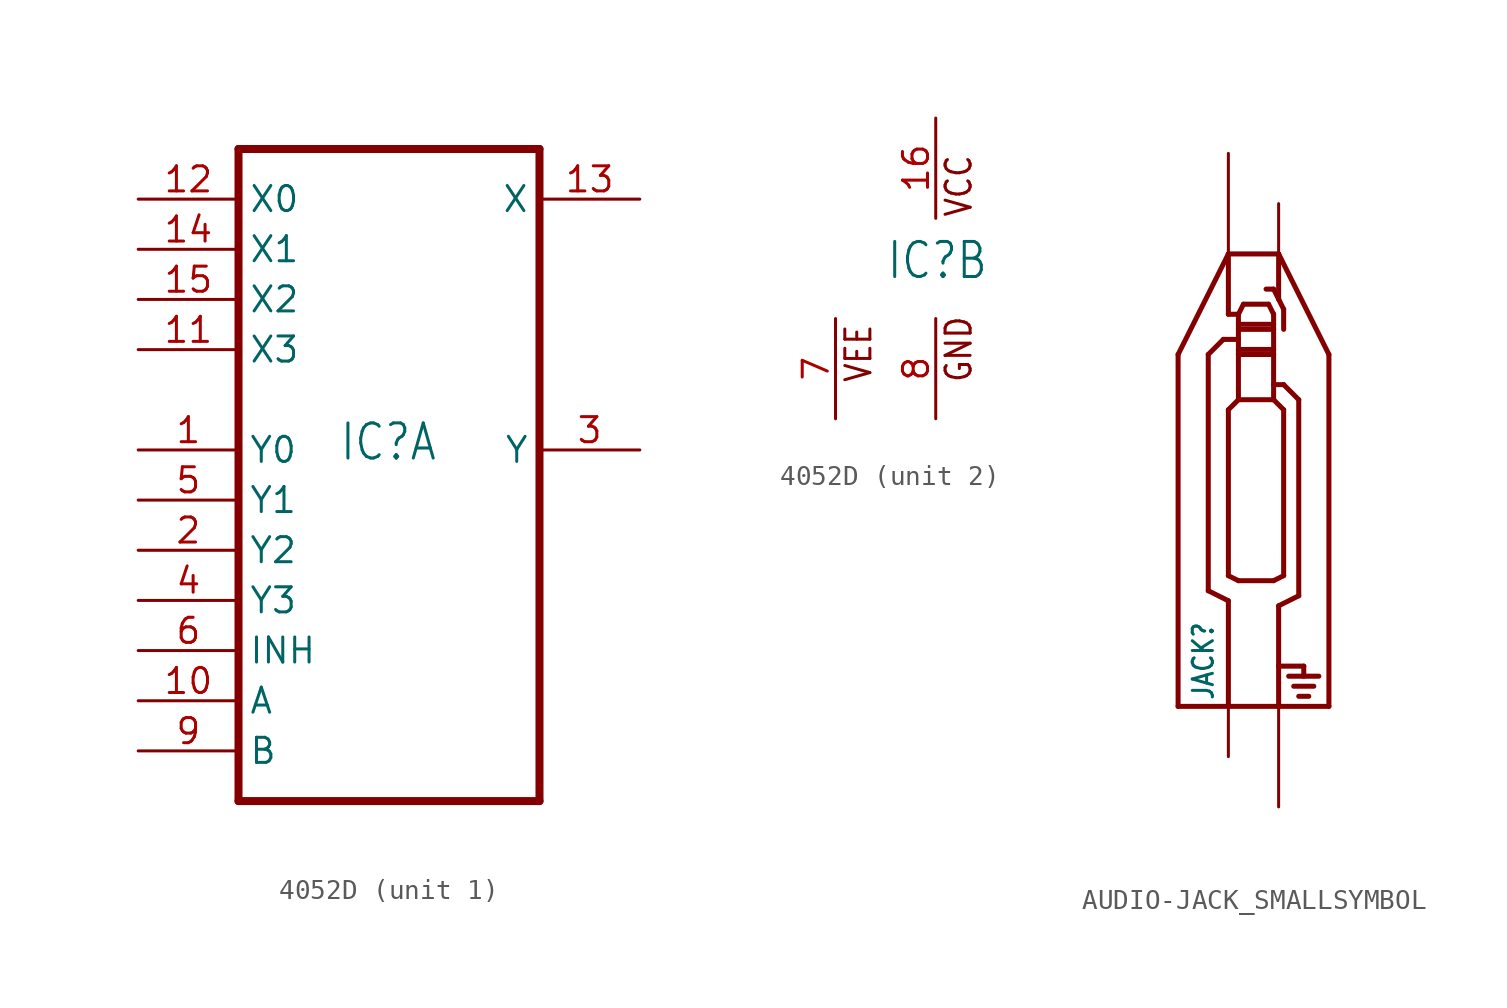
<source format=kicad_sym>
(kicad_symbol_lib
  (version 20211014)
  (generator kicad_symbol_editor)
  (symbol "4052D"
    (property "Reference" "IC"
      (at -2.54 -0.635 0)
      (effects (font (size 1.778 1.511)) (justify left bottom)))
    (property "ki_locked" ""
      (at 0 0 0)
      (effects (font (size 1.27 1.27))))
    (symbol "4052D_1_0"
      (polyline (pts (xy -7.62 -17.78) (xy 7.62 -17.78)) (stroke (width 0.406) (type default) (color 0 0 0 0)) (fill (type none)))
      (polyline (pts (xy -7.62 15.24) (xy -7.62 -17.78)) (stroke (width 0.406) (type default) (color 0 0 0 0)) (fill (type none)))
      (polyline (pts (xy 7.62 -17.78) (xy 7.62 15.24)) (stroke (width 0.406) (type default) (color 0 0 0 0)) (fill (type none)))
      (polyline (pts (xy 7.62 15.24) (xy -7.62 15.24)) (stroke (width 0.406) (type default) (color 0 0 0 0)) (fill (type none)))
      (pin bidirectional line (at -12.7 0 0) (length 5.08) (name "Y0" (effects (font (size 1.27 1.27)))) (number "1" (effects (font (size 1.27 1.27)))))
      (pin input line (at -12.7 -12.7 0) (length 5.08) (name "A" (effects (font (size 1.27 1.27)))) (number "10" (effects (font (size 1.27 1.27)))))
      (pin bidirectional line (at -12.7 5.08 0) (length 5.08) (name "X3" (effects (font (size 1.27 1.27)))) (number "11" (effects (font (size 1.27 1.27)))))
      (pin bidirectional line (at -12.7 12.7 0) (length 5.08) (name "X0" (effects (font (size 1.27 1.27)))) (number "12" (effects (font (size 1.27 1.27)))))
      (pin bidirectional line (at 12.7 12.7 180) (length 5.08) (name "X" (effects (font (size 1.27 1.27)))) (number "13" (effects (font (size 1.27 1.27)))))
      (pin bidirectional line (at -12.7 10.16 0) (length 5.08) (name "X1" (effects (font (size 1.27 1.27)))) (number "14" (effects (font (size 1.27 1.27)))))
      (pin bidirectional line (at -12.7 7.62 0) (length 5.08) (name "X2" (effects (font (size 1.27 1.27)))) (number "15" (effects (font (size 1.27 1.27)))))
      (pin bidirectional line (at -12.7 -5.08 0) (length 5.08) (name "Y2" (effects (font (size 1.27 1.27)))) (number "2" (effects (font (size 1.27 1.27)))))
      (pin bidirectional line (at 12.7 0 180) (length 5.08) (name "Y" (effects (font (size 1.27 1.27)))) (number "3" (effects (font (size 1.27 1.27)))))
      (pin bidirectional line (at -12.7 -7.62 0) (length 5.08) (name "Y3" (effects (font (size 1.27 1.27)))) (number "4" (effects (font (size 1.27 1.27)))))
      (pin bidirectional line (at -12.7 -2.54 0) (length 5.08) (name "Y1" (effects (font (size 1.27 1.27)))) (number "5" (effects (font (size 1.27 1.27)))))
      (pin input line (at -12.7 -10.16 0) (length 5.08) (name "INH" (effects (font (size 1.27 1.27)))) (number "6" (effects (font (size 1.27 1.27)))))
      (pin input line (at -12.7 -15.24 0) (length 5.08) (name "B" (effects (font (size 1.27 1.27)))) (number "9" (effects (font (size 1.27 1.27))))))
    (symbol "4052D_2_0"
      (text "GND" (at 1.905 -5.842 900) (effects (font (size 1.27 1.079)) (justify left bottom)))
      (text "VCC" (at 1.905 2.54 900) (effects (font (size 1.27 1.079)) (justify left bottom)))
      (text "VEE" (at -3.175 -5.842 900) (effects (font (size 1.27 1.079)) (justify left bottom)))
      (pin power_in line (at 0 7.62 270) (length 5.08) (name "VCC" (effects (font (size 0 0)))) (number "16" (effects (font (size 1.27 1.27)))))
      (pin power_in line (at -5.08 -7.62 90) (length 5.08) (name "VEE" (effects (font (size 0 0)))) (number "7" (effects (font (size 1.27 1.27)))))
      (pin power_in line (at 0 -7.62 90) (length 5.08) (name "GND" (effects (font (size 0 0)))) (number "8" (effects (font (size 1.27 1.27)))))))
  (symbol "AUDIO-JACK_SMALLSYMBOL"
    (property "Reference" "JACK"
      (at -1.27 -9.906 90)
      (effects (font (size 1.016 0.864)) (justify left)))
    (property "ki_locked" ""
      (at 0 0 0)
      (effects (font (size 1.27 1.27))))
    (symbol "AUDIO-JACK_SMALLSYMBOL_1_0"
      (polyline (pts (xy -2.54 -10.16) (xy 0 -10.16)) (stroke (width 0.254) (type default) (color 0 0 0 0)) (fill (type none)))
      (polyline (pts (xy -2.54 7.62) (xy -2.54 -10.16)) (stroke (width 0.254) (type default) (color 0 0 0 0)) (fill (type none)))
      (polyline (pts (xy -1.016 -4.318) (xy -1.016 7.62)) (stroke (width 0.254) (type default) (color 0 0 0 0)) (fill (type none)))
      (polyline (pts (xy -1.016 7.62) (xy -0.254 8.382)) (stroke (width 0.254) (type default) (color 0 0 0 0)) (fill (type none)))
      (polyline (pts (xy -0.254 8.382) (xy 0.508 8.382)) (stroke (width 0.254) (type default) (color 0 0 0 0)) (fill (type none)))
      (polyline (pts (xy 0 -10.16) (xy 0 -4.826)) (stroke (width 0.254) (type default) (color 0 0 0 0)) (fill (type none)))
      (polyline (pts (xy 0 -10.16) (xy 2.54 -10.16)) (stroke (width 0.254) (type default) (color 0 0 0 0)) (fill (type none)))
      (polyline (pts (xy 0 -4.826) (xy -1.016 -4.318)) (stroke (width 0.254) (type default) (color 0 0 0 0)) (fill (type none)))
      (polyline (pts (xy 0 -3.556) (xy 0 4.826)) (stroke (width 0.254) (type default) (color 0 0 0 0)) (fill (type none)))
      (polyline (pts (xy 0 4.826) (xy 0.508 5.334)) (stroke (width 0.254) (type default) (color 0 0 0 0)) (fill (type none)))
      (polyline (pts (xy 0 9.652) (xy 0.508 9.652)) (stroke (width 0.254) (type default) (color 0 0 0 0)) (fill (type none)))
      (polyline (pts (xy 0 12.7) (xy -2.54 7.62)) (stroke (width 0.254) (type default) (color 0 0 0 0)) (fill (type none)))
      (polyline (pts (xy 0 12.7) (xy 0 9.652)) (stroke (width 0.254) (type default) (color 0 0 0 0)) (fill (type none)))
      (polyline (pts (xy 0.508 -3.81) (xy 0 -3.556)) (stroke (width 0.254) (type default) (color 0 0 0 0)) (fill (type none)))
      (polyline (pts (xy 0.508 5.334) (xy 2.286 5.334)) (stroke (width 0.254) (type default) (color 0 0 0 0)) (fill (type none)))
      (polyline (pts (xy 0.508 7.62) (xy 0.508 5.334)) (stroke (width 0.254) (type default) (color 0 0 0 0)) (fill (type none)))
      (polyline (pts (xy 0.508 7.62) (xy 2.286 7.62)) (stroke (width 0.254) (type default) (color 0 0 0 0)) (fill (type none)))
      (polyline (pts (xy 0.508 7.874) (xy 0.508 7.62)) (stroke (width 0.254) (type default) (color 0 0 0 0)) (fill (type none)))
      (polyline (pts (xy 0.508 7.874) (xy 2.286 7.874)) (stroke (width 0.254) (type default) (color 0 0 0 0)) (fill (type none)))
      (polyline (pts (xy 0.508 8.382) (xy 0.508 7.874)) (stroke (width 0.254) (type default) (color 0 0 0 0)) (fill (type none)))
      (polyline (pts (xy 0.508 8.89) (xy 0.508 8.382)) (stroke (width 0.254) (type default) (color 0 0 0 0)) (fill (type none)))
      (polyline (pts (xy 0.508 8.89) (xy 2.286 8.89)) (stroke (width 0.254) (type default) (color 0 0 0 0)) (fill (type none)))
      (polyline (pts (xy 0.508 9.144) (xy 0.508 8.89)) (stroke (width 0.254) (type default) (color 0 0 0 0)) (fill (type none)))
      (polyline (pts (xy 0.508 9.144) (xy 2.286 9.144)) (stroke (width 0.254) (type default) (color 0 0 0 0)) (fill (type none)))
      (polyline (pts (xy 0.508 9.652) (xy 0.508 9.144)) (stroke (width 0.254) (type default) (color 0 0 0 0)) (fill (type none)))
      (polyline (pts (xy 0.762 10.16) (xy 0.508 9.652)) (stroke (width 0.254) (type default) (color 0 0 0 0)) (fill (type none)))
      (polyline (pts (xy 2.032 10.16) (xy 0.762 10.16)) (stroke (width 0.254) (type default) (color 0 0 0 0)) (fill (type none)))
      (polyline (pts (xy 2.286 -3.81) (xy 0.508 -3.81)) (stroke (width 0.254) (type default) (color 0 0 0 0)) (fill (type none)))
      (polyline (pts (xy 2.286 5.334) (xy 2.286 6.096)) (stroke (width 0.254) (type default) (color 0 0 0 0)) (fill (type none)))
      (polyline (pts (xy 2.286 5.334) (xy 2.794 4.826)) (stroke (width 0.254) (type default) (color 0 0 0 0)) (fill (type none)))
      (polyline (pts (xy 2.286 6.096) (xy 2.286 7.62)) (stroke (width 0.254) (type default) (color 0 0 0 0)) (fill (type none)))
      (polyline (pts (xy 2.286 7.62) (xy 2.286 7.874)) (stroke (width 0.254) (type default) (color 0 0 0 0)) (fill (type none)))
      (polyline (pts (xy 2.286 7.874) (xy 2.286 8.89)) (stroke (width 0.254) (type default) (color 0 0 0 0)) (fill (type none)))
      (polyline (pts (xy 2.286 8.89) (xy 2.286 9.144)) (stroke (width 0.254) (type default) (color 0 0 0 0)) (fill (type none)))
      (polyline (pts (xy 2.286 9.144) (xy 2.286 9.652)) (stroke (width 0.254) (type default) (color 0 0 0 0)) (fill (type none)))
      (polyline (pts (xy 2.286 9.652) (xy 2.032 10.16)) (stroke (width 0.254) (type default) (color 0 0 0 0)) (fill (type none)))
      (polyline (pts (xy 2.286 10.922) (xy 1.905 10.922)) (stroke (width 0.254) (type default) (color 0 0 0 0)) (fill (type none)))
      (polyline (pts (xy 2.286 10.922) (xy 2.54 10.414)) (stroke (width 0.254) (type default) (color 0 0 0 0)) (fill (type none)))
      (polyline (pts (xy 2.54 -10.16) (xy 2.54 -8.128)) (stroke (width 0.254) (type default) (color 0 0 0 0)) (fill (type none)))
      (polyline (pts (xy 2.54 -10.16) (xy 5.08 -10.16)) (stroke (width 0.254) (type default) (color 0 0 0 0)) (fill (type none)))
      (polyline (pts (xy 2.54 -8.128) (xy 2.54 -5.08)) (stroke (width 0.254) (type default) (color 0 0 0 0)) (fill (type none)))
      (polyline (pts (xy 2.54 -8.128) (xy 3.81 -8.128)) (stroke (width 0.254) (type default) (color 0 0 0 0)) (fill (type none)))
      (polyline (pts (xy 2.54 -5.08) (xy 3.556 -4.572)) (stroke (width 0.254) (type default) (color 0 0 0 0)) (fill (type none)))
      (polyline (pts (xy 2.54 10.414) (xy 2.794 9.906)) (stroke (width 0.254) (type default) (color 0 0 0 0)) (fill (type none)))
      (polyline (pts (xy 2.54 12.7) (xy 0 12.7)) (stroke (width 0.254) (type default) (color 0 0 0 0)) (fill (type none)))
      (polyline (pts (xy 2.54 12.7) (xy 2.54 10.414)) (stroke (width 0.254) (type default) (color 0 0 0 0)) (fill (type none)))
      (polyline (pts (xy 2.794 -3.556) (xy 2.286 -3.81)) (stroke (width 0.254) (type default) (color 0 0 0 0)) (fill (type none)))
      (polyline (pts (xy 2.794 4.826) (xy 2.794 -3.556)) (stroke (width 0.254) (type default) (color 0 0 0 0)) (fill (type none)))
      (polyline (pts (xy 2.794 6.096) (xy 2.286 6.096)) (stroke (width 0.254) (type default) (color 0 0 0 0)) (fill (type none)))
      (polyline (pts (xy 2.794 9.906) (xy 2.794 8.89)) (stroke (width 0.254) (type default) (color 0 0 0 0)) (fill (type none)))
      (polyline (pts (xy 3.048 -8.636) (xy 4.572 -8.636)) (stroke (width 0.254) (type default) (color 0 0 0 0)) (fill (type none)))
      (polyline (pts (xy 3.302 -9.144) (xy 4.318 -9.144)) (stroke (width 0.254) (type default) (color 0 0 0 0)) (fill (type none)))
      (polyline (pts (xy 3.556 -9.652) (xy 4.064 -9.652)) (stroke (width 0.254) (type default) (color 0 0 0 0)) (fill (type none)))
      (polyline (pts (xy 3.556 -4.572) (xy 3.556 5.334)) (stroke (width 0.254) (type default) (color 0 0 0 0)) (fill (type none)))
      (polyline (pts (xy 3.556 5.334) (xy 2.794 6.096)) (stroke (width 0.254) (type default) (color 0 0 0 0)) (fill (type none)))
      (polyline (pts (xy 3.81 -8.128) (xy 3.81 -8.636)) (stroke (width 0.254) (type default) (color 0 0 0 0)) (fill (type none)))
      (polyline (pts (xy 5.08 -10.16) (xy 5.08 7.62)) (stroke (width 0.254) (type default) (color 0 0 0 0)) (fill (type none)))
      (polyline (pts (xy 5.08 7.62) (xy 2.54 12.7)) (stroke (width 0.254) (type default) (color 0 0 0 0)) (fill (type none)))
      (pin bidirectional line (at 2.54 -15.24 90) (length 5.08) (name "RING" (effects (font (size 0 0)))) (number "RING" (effects (font (size 0 0)))))
      (pin bidirectional line (at 0 -12.7 90) (length 2.54) (name "SECOND" (effects (font (size 0 0)))) (number "SECOND" (effects (font (size 0 0)))))
      (pin bidirectional line (at 2.54 15.24 270) (length 2.54) (name "SWITCH" (effects (font (size 0 0)))) (number "SWITCH" (effects (font (size 0 0)))))
      (pin bidirectional line (at 0 17.78 270) (length 5.08) (name "TIP" (effects (font (size 0 0)))) (number "TIP" (effects (font (size 0 0))))))))
</source>
